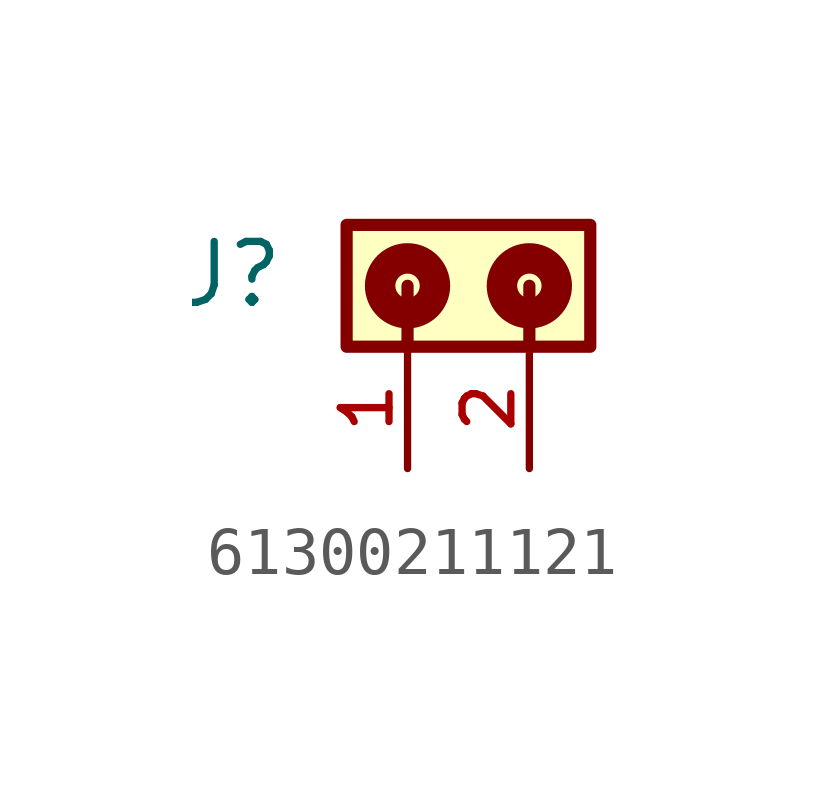
<source format=kicad_sym>
(kicad_symbol_lib
  (version 20231120)
  (generator "kicad_symbol_editor")
  (generator_version "8.0")
  (symbol "61300211121"
    (pin_names
      (offset 1.016))
    (property "Reference" "J"
      (at -5.08 -1.778 0)
      (effects (font (size 1.27 1.27)) (justify right bottom)))
    (property "Value" ""
      (at -5.08 -5.08 0)
      (effects (font (size 1.27 1.27)) (justify right bottom)))
    (symbol "61300211121_0_0"
      (rectangle (start -3.81 -2.54) (end 1.27 0) (stroke (width 0.254) (type default)) (fill (type background)))
      (circle (center -2.54 -1.27) (radius 0.254) (stroke (width 0.635) (type default)) (fill (type none)))
      (circle (center 0 -1.27) (radius 0.254) (stroke (width 0.635) (type default)) (fill (type none)))
      (polyline (pts (xy -2.54 -1.27) (xy -2.54 -2.54)) (stroke (width 0.254) (type default)) (fill (type none)))
      (polyline (pts (xy 0 -1.27) (xy 0 -2.54)) (stroke (width 0.254) (type default)) (fill (type none)))
      (pin passive line (at -2.54 -5.08 90) (length 2.54) (name "~" (effects (font (size 1.016 1.016)))) (number "1" (effects (font (size 1.016 1.016)))))
      (pin passive line (at 0 -5.08 90) (length 2.54) (name "~" (effects (font (size 1.016 1.016)))) (number "2" (effects (font (size 1.016 1.016))))))))
</source>
